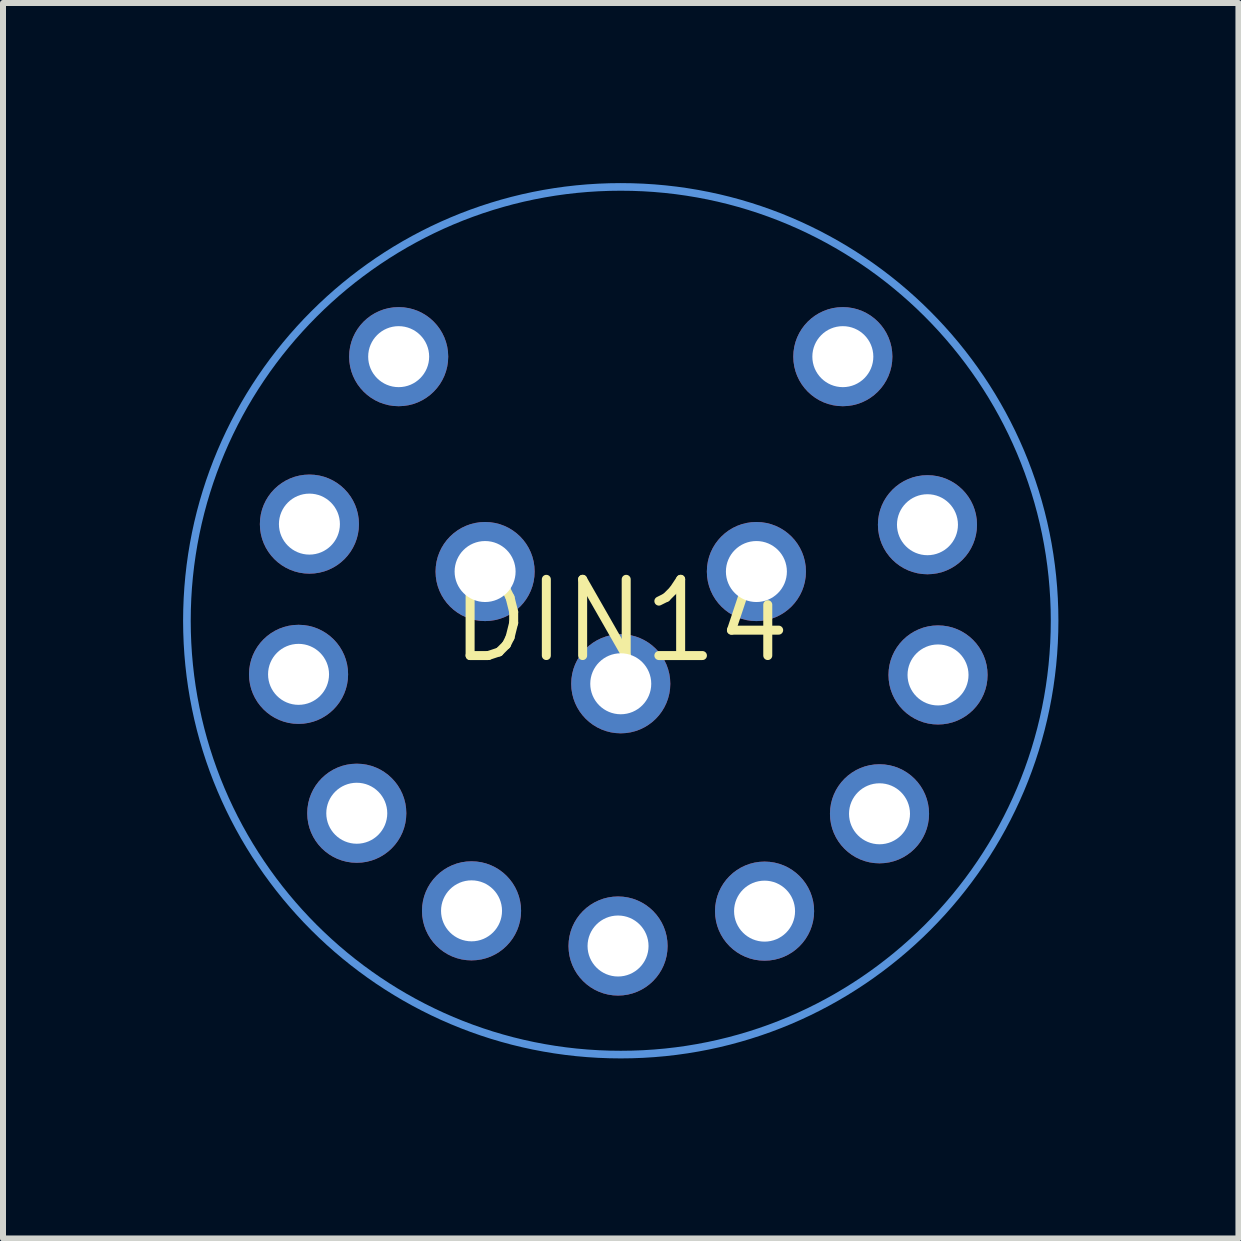
<source format=kicad_pcb>
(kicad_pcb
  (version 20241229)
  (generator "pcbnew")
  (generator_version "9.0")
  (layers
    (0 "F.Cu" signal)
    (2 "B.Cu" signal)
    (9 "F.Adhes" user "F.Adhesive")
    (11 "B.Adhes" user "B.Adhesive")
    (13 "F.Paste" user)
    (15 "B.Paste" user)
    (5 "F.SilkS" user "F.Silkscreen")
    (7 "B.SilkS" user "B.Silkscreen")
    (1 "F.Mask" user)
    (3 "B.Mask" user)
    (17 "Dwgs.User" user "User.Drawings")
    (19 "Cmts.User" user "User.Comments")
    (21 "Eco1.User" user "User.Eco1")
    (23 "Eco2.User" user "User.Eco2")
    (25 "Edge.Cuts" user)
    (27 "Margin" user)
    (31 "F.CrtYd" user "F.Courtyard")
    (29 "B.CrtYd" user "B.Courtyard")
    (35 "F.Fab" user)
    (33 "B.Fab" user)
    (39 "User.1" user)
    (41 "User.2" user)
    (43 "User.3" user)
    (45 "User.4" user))
  (footprint "DIN14"
    (layer "F.Cu")
    (at 7.292 7.292)
    (property "Reference" "DIN14" (at 0 0 0) (layer "F.SilkS") (effects (font (size 1.27 1.27) (thickness 0.15))))
    (fp_circle (center 0 0) (end 7.228 0) (stroke (width 0.127) (type solid)) (fill no) (layer "Cmts.User"))
    (pad "1" thru_hole circle (at -0.045 5.419) (size 1.651 1.651) (drill 1.016) (layers "*.Cu" "*.Mask"))
    (pad "2" thru_hole circle (at -2.486 4.833) (size 1.651 1.651) (drill 1.016) (layers "*.Cu" "*.Mask"))
    (pad "3" thru_hole circle (at 2.396 4.838) (size 1.651 1.651) (drill 1.016) (layers "*.Cu" "*.Mask"))
    (pad "4" thru_hole circle (at -4.398 3.207) (size 1.651 1.651) (drill 1.016) (layers "*.Cu" "*.Mask"))
    (pad "5" thru_hole circle (at 4.311 3.216) (size 1.651 1.651) (drill 1.016) (layers "*.Cu" "*.Mask"))
    (pad "6" thru_hole circle (at -5.368 0.893) (size 1.651 1.651) (drill 1.016) (layers "*.Cu" "*.Mask"))
    (pad "7" thru_hole circle (at 5.286 0.903) (size 1.651 1.651) (drill 1.016) (layers "*.Cu" "*.Mask"))
    (pad "8" thru_hole circle (at -5.187 -1.61) (size 1.651 1.651) (drill 1.016) (layers "*.Cu" "*.Mask"))
    (pad "9" thru_hole circle (at 5.11 -1.6) (size 1.651 1.651) (drill 1.016) (layers "*.Cu" "*.Mask"))
    (pad "10" thru_hole circle (at -3.7 -4.4) (size 1.651 1.651) (drill 1.016) (layers "*.Cu" "*.Mask"))
    (pad "11" thru_hole circle (at 3.7 -4.4) (size 1.651 1.651) (drill 1.016) (layers "*.Cu" "*.Mask"))
    (pad "12" thru_hole circle (at -2.26 -0.82) (size 1.651 1.651) (drill 1.016) (layers "*.Cu" "*.Mask"))
    (pad "13" thru_hole circle (at 2.26 -0.82) (size 1.651 1.651) (drill 1.016) (layers "*.Cu" "*.Mask"))
    (pad "14" thru_hole circle (at 0 1.05) (size 1.651 1.651) (drill 1.016) (layers "*.Cu" "*.Mask")))
  (gr_rect
    (start -3 -3)
    (end 17.583 17.583)
    (stroke (width 0.1) (type default))
    (fill no)
    (layer "Edge.Cuts")))
</source>
